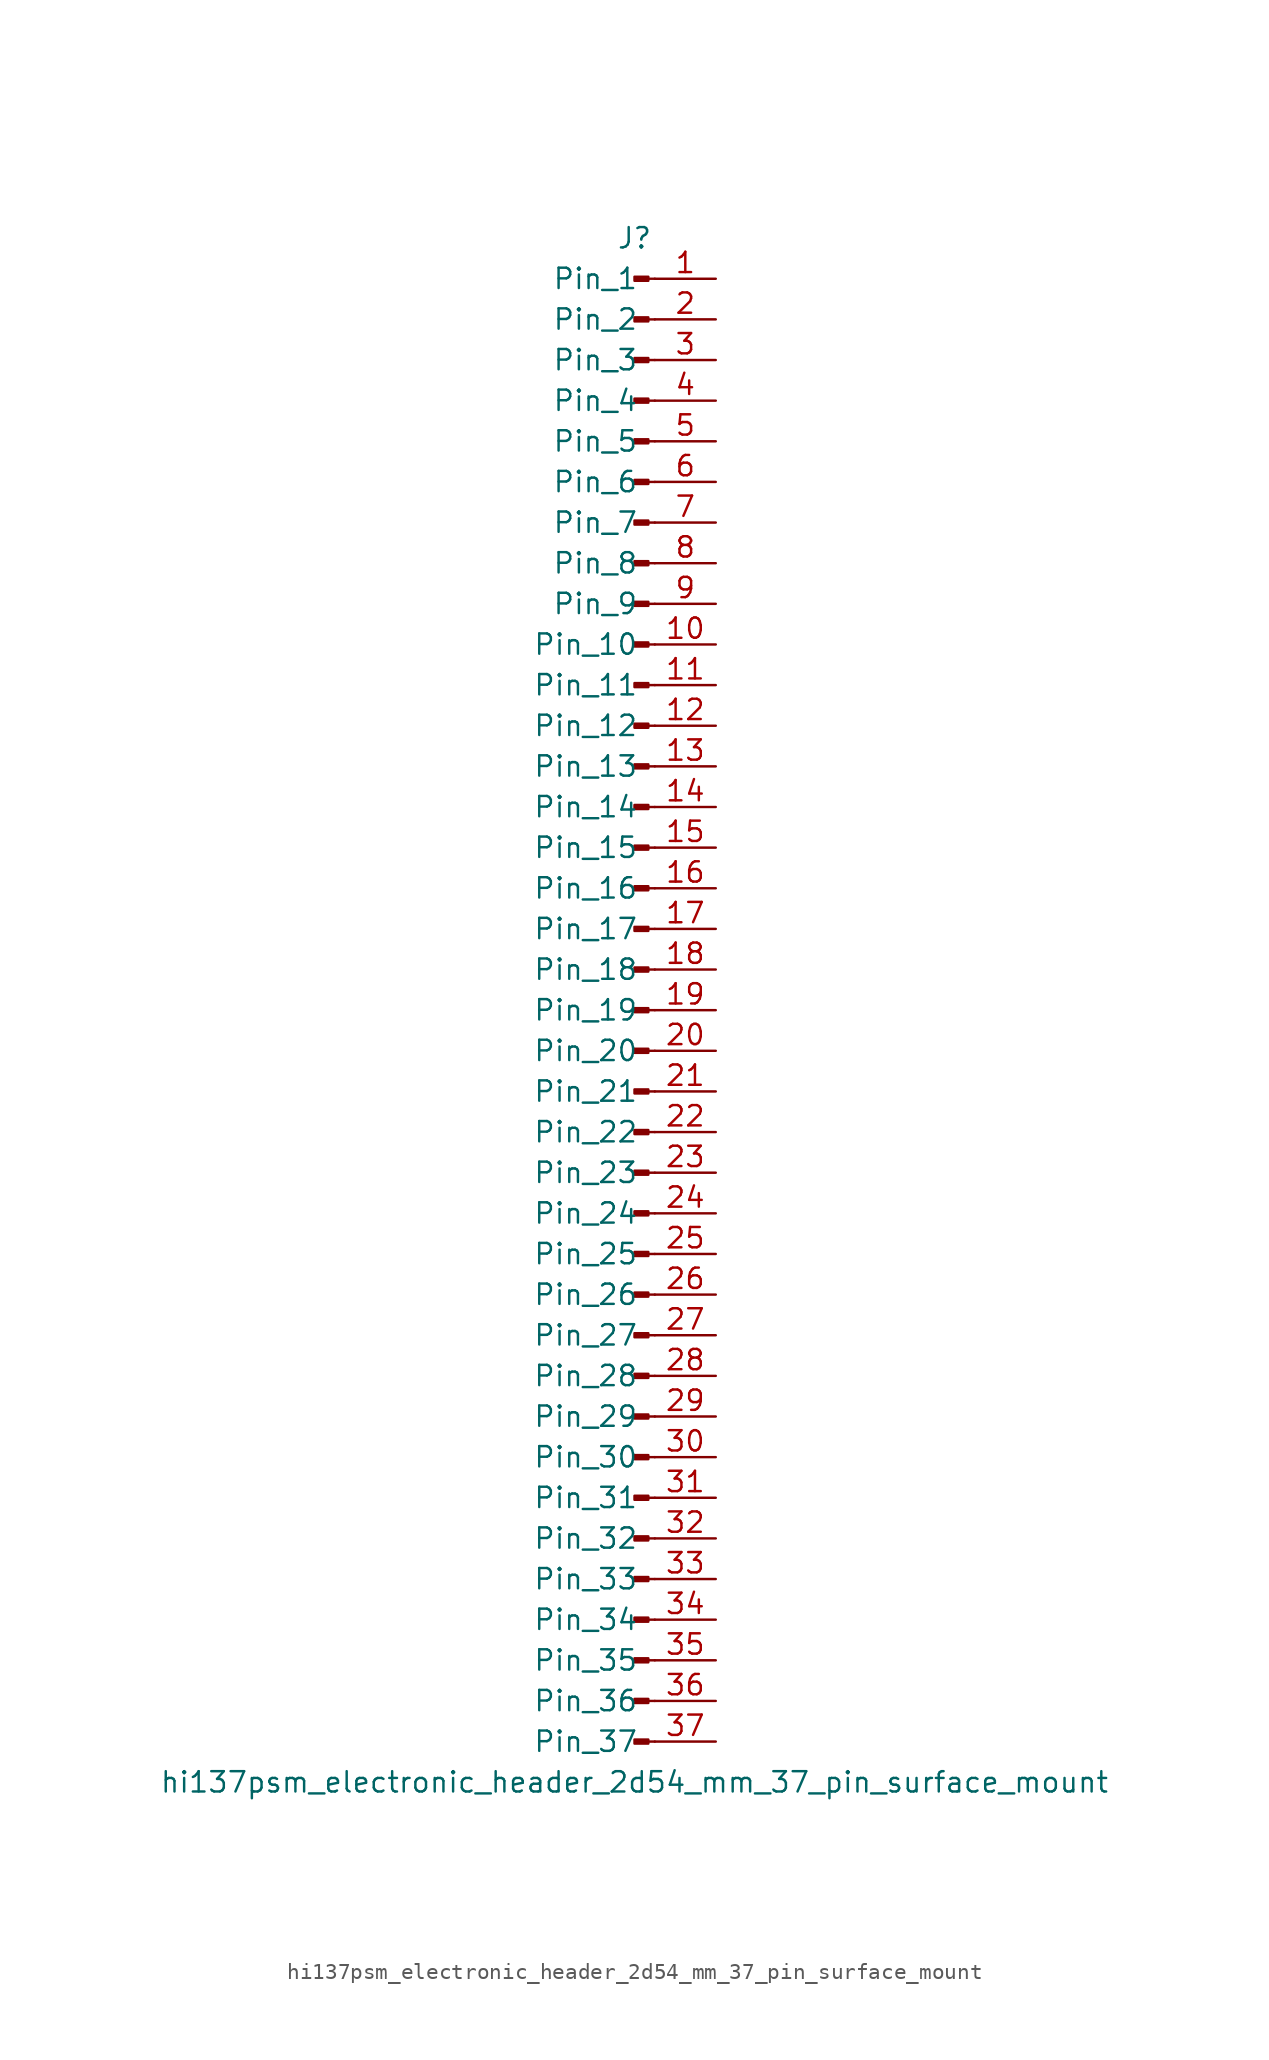
<source format=kicad_sym>
(kicad_symbol_lib
  (version 20220914)
  (generator kicad_symbol_editor)
  (symbol "hi137psm_electronic_header_2d54_mm_37_pin_surface_mount"
    (pin_names
      (offset 1.016))
    (property "Reference" "J"
      (at 0 48.26 0)
      (effects (font (size 1.27 1.27))))
    (property "Value" "hi137psm_electronic_header_2d54_mm_37_pin_surface_mount"
      (at 0 -48.26 0)
      (effects (font (size 1.27 1.27))))
    (property "ki_locked" ""
      (at 0 0 0)
      (effects (font (size 1.27 1.27))))
    (symbol "hi137psm_electronic_header_2d54_mm_37_pin_surface_mount_1_1"
      (polyline (pts (xy 1.27 -45.72) (xy 0.864 -45.72)) (stroke (width 0.152) (type default)) (fill (type none)))
      (polyline (pts (xy 1.27 -43.18) (xy 0.864 -43.18)) (stroke (width 0.152) (type default)) (fill (type none)))
      (polyline (pts (xy 1.27 -40.64) (xy 0.864 -40.64)) (stroke (width 0.152) (type default)) (fill (type none)))
      (polyline (pts (xy 1.27 -38.1) (xy 0.864 -38.1)) (stroke (width 0.152) (type default)) (fill (type none)))
      (polyline (pts (xy 1.27 -35.56) (xy 0.864 -35.56)) (stroke (width 0.152) (type default)) (fill (type none)))
      (polyline (pts (xy 1.27 -33.02) (xy 0.864 -33.02)) (stroke (width 0.152) (type default)) (fill (type none)))
      (polyline (pts (xy 1.27 -30.48) (xy 0.864 -30.48)) (stroke (width 0.152) (type default)) (fill (type none)))
      (polyline (pts (xy 1.27 -27.94) (xy 0.864 -27.94)) (stroke (width 0.152) (type default)) (fill (type none)))
      (polyline (pts (xy 1.27 -25.4) (xy 0.864 -25.4)) (stroke (width 0.152) (type default)) (fill (type none)))
      (polyline (pts (xy 1.27 -22.86) (xy 0.864 -22.86)) (stroke (width 0.152) (type default)) (fill (type none)))
      (polyline (pts (xy 1.27 -20.32) (xy 0.864 -20.32)) (stroke (width 0.152) (type default)) (fill (type none)))
      (polyline (pts (xy 1.27 -17.78) (xy 0.864 -17.78)) (stroke (width 0.152) (type default)) (fill (type none)))
      (polyline (pts (xy 1.27 -15.24) (xy 0.864 -15.24)) (stroke (width 0.152) (type default)) (fill (type none)))
      (polyline (pts (xy 1.27 -12.7) (xy 0.864 -12.7)) (stroke (width 0.152) (type default)) (fill (type none)))
      (polyline (pts (xy 1.27 -10.16) (xy 0.864 -10.16)) (stroke (width 0.152) (type default)) (fill (type none)))
      (polyline (pts (xy 1.27 -7.62) (xy 0.864 -7.62)) (stroke (width 0.152) (type default)) (fill (type none)))
      (polyline (pts (xy 1.27 -5.08) (xy 0.864 -5.08)) (stroke (width 0.152) (type default)) (fill (type none)))
      (polyline (pts (xy 1.27 -2.54) (xy 0.864 -2.54)) (stroke (width 0.152) (type default)) (fill (type none)))
      (polyline (pts (xy 1.27 0) (xy 0.864 0)) (stroke (width 0.152) (type default)) (fill (type none)))
      (polyline (pts (xy 1.27 2.54) (xy 0.864 2.54)) (stroke (width 0.152) (type default)) (fill (type none)))
      (polyline (pts (xy 1.27 5.08) (xy 0.864 5.08)) (stroke (width 0.152) (type default)) (fill (type none)))
      (polyline (pts (xy 1.27 7.62) (xy 0.864 7.62)) (stroke (width 0.152) (type default)) (fill (type none)))
      (polyline (pts (xy 1.27 10.16) (xy 0.864 10.16)) (stroke (width 0.152) (type default)) (fill (type none)))
      (polyline (pts (xy 1.27 12.7) (xy 0.864 12.7)) (stroke (width 0.152) (type default)) (fill (type none)))
      (polyline (pts (xy 1.27 15.24) (xy 0.864 15.24)) (stroke (width 0.152) (type default)) (fill (type none)))
      (polyline (pts (xy 1.27 17.78) (xy 0.864 17.78)) (stroke (width 0.152) (type default)) (fill (type none)))
      (polyline (pts (xy 1.27 20.32) (xy 0.864 20.32)) (stroke (width 0.152) (type default)) (fill (type none)))
      (polyline (pts (xy 1.27 22.86) (xy 0.864 22.86)) (stroke (width 0.152) (type default)) (fill (type none)))
      (polyline (pts (xy 1.27 25.4) (xy 0.864 25.4)) (stroke (width 0.152) (type default)) (fill (type none)))
      (polyline (pts (xy 1.27 27.94) (xy 0.864 27.94)) (stroke (width 0.152) (type default)) (fill (type none)))
      (polyline (pts (xy 1.27 30.48) (xy 0.864 30.48)) (stroke (width 0.152) (type default)) (fill (type none)))
      (polyline (pts (xy 1.27 33.02) (xy 0.864 33.02)) (stroke (width 0.152) (type default)) (fill (type none)))
      (polyline (pts (xy 1.27 35.56) (xy 0.864 35.56)) (stroke (width 0.152) (type default)) (fill (type none)))
      (polyline (pts (xy 1.27 38.1) (xy 0.864 38.1)) (stroke (width 0.152) (type default)) (fill (type none)))
      (polyline (pts (xy 1.27 40.64) (xy 0.864 40.64)) (stroke (width 0.152) (type default)) (fill (type none)))
      (polyline (pts (xy 1.27 43.18) (xy 0.864 43.18)) (stroke (width 0.152) (type default)) (fill (type none)))
      (polyline (pts (xy 1.27 45.72) (xy 0.864 45.72)) (stroke (width 0.152) (type default)) (fill (type none)))
      (rectangle (start 0.864 -45.593) (end 0 -45.847) (stroke (width 0.152) (type default)) (fill (type outline)))
      (rectangle (start 0.864 -43.053) (end 0 -43.307) (stroke (width 0.152) (type default)) (fill (type outline)))
      (rectangle (start 0.864 -40.513) (end 0 -40.767) (stroke (width 0.152) (type default)) (fill (type outline)))
      (rectangle (start 0.864 -37.973) (end 0 -38.227) (stroke (width 0.152) (type default)) (fill (type outline)))
      (rectangle (start 0.864 -35.433) (end 0 -35.687) (stroke (width 0.152) (type default)) (fill (type outline)))
      (rectangle (start 0.864 -32.893) (end 0 -33.147) (stroke (width 0.152) (type default)) (fill (type outline)))
      (rectangle (start 0.864 -30.353) (end 0 -30.607) (stroke (width 0.152) (type default)) (fill (type outline)))
      (rectangle (start 0.864 -27.813) (end 0 -28.067) (stroke (width 0.152) (type default)) (fill (type outline)))
      (rectangle (start 0.864 -25.273) (end 0 -25.527) (stroke (width 0.152) (type default)) (fill (type outline)))
      (rectangle (start 0.864 -22.733) (end 0 -22.987) (stroke (width 0.152) (type default)) (fill (type outline)))
      (rectangle (start 0.864 -20.193) (end 0 -20.447) (stroke (width 0.152) (type default)) (fill (type outline)))
      (rectangle (start 0.864 -17.653) (end 0 -17.907) (stroke (width 0.152) (type default)) (fill (type outline)))
      (rectangle (start 0.864 -15.113) (end 0 -15.367) (stroke (width 0.152) (type default)) (fill (type outline)))
      (rectangle (start 0.864 -12.573) (end 0 -12.827) (stroke (width 0.152) (type default)) (fill (type outline)))
      (rectangle (start 0.864 -10.033) (end 0 -10.287) (stroke (width 0.152) (type default)) (fill (type outline)))
      (rectangle (start 0.864 -7.493) (end 0 -7.747) (stroke (width 0.152) (type default)) (fill (type outline)))
      (rectangle (start 0.864 -4.953) (end 0 -5.207) (stroke (width 0.152) (type default)) (fill (type outline)))
      (rectangle (start 0.864 -2.413) (end 0 -2.667) (stroke (width 0.152) (type default)) (fill (type outline)))
      (rectangle (start 0.864 0.127) (end 0 -0.127) (stroke (width 0.152) (type default)) (fill (type outline)))
      (rectangle (start 0.864 2.667) (end 0 2.413) (stroke (width 0.152) (type default)) (fill (type outline)))
      (rectangle (start 0.864 5.207) (end 0 4.953) (stroke (width 0.152) (type default)) (fill (type outline)))
      (rectangle (start 0.864 7.747) (end 0 7.493) (stroke (width 0.152) (type default)) (fill (type outline)))
      (rectangle (start 0.864 10.287) (end 0 10.033) (stroke (width 0.152) (type default)) (fill (type outline)))
      (rectangle (start 0.864 12.827) (end 0 12.573) (stroke (width 0.152) (type default)) (fill (type outline)))
      (rectangle (start 0.864 15.367) (end 0 15.113) (stroke (width 0.152) (type default)) (fill (type outline)))
      (rectangle (start 0.864 17.907) (end 0 17.653) (stroke (width 0.152) (type default)) (fill (type outline)))
      (rectangle (start 0.864 20.447) (end 0 20.193) (stroke (width 0.152) (type default)) (fill (type outline)))
      (rectangle (start 0.864 22.987) (end 0 22.733) (stroke (width 0.152) (type default)) (fill (type outline)))
      (rectangle (start 0.864 25.527) (end 0 25.273) (stroke (width 0.152) (type default)) (fill (type outline)))
      (rectangle (start 0.864 28.067) (end 0 27.813) (stroke (width 0.152) (type default)) (fill (type outline)))
      (rectangle (start 0.864 30.607) (end 0 30.353) (stroke (width 0.152) (type default)) (fill (type outline)))
      (rectangle (start 0.864 33.147) (end 0 32.893) (stroke (width 0.152) (type default)) (fill (type outline)))
      (rectangle (start 0.864 35.687) (end 0 35.433) (stroke (width 0.152) (type default)) (fill (type outline)))
      (rectangle (start 0.864 38.227) (end 0 37.973) (stroke (width 0.152) (type default)) (fill (type outline)))
      (rectangle (start 0.864 40.767) (end 0 40.513) (stroke (width 0.152) (type default)) (fill (type outline)))
      (rectangle (start 0.864 43.307) (end 0 43.053) (stroke (width 0.152) (type default)) (fill (type outline)))
      (rectangle (start 0.864 45.847) (end 0 45.593) (stroke (width 0.152) (type default)) (fill (type outline)))
      (pin passive line (at 5.08 45.72 180) (length 3.81) (name "Pin_1" (effects (font (size 1.27 1.27)))) (number "1" (effects (font (size 1.27 1.27)))))
      (pin passive line (at 5.08 22.86 180) (length 3.81) (name "Pin_10" (effects (font (size 1.27 1.27)))) (number "10" (effects (font (size 1.27 1.27)))))
      (pin passive line (at 5.08 20.32 180) (length 3.81) (name "Pin_11" (effects (font (size 1.27 1.27)))) (number "11" (effects (font (size 1.27 1.27)))))
      (pin passive line (at 5.08 17.78 180) (length 3.81) (name "Pin_12" (effects (font (size 1.27 1.27)))) (number "12" (effects (font (size 1.27 1.27)))))
      (pin passive line (at 5.08 15.24 180) (length 3.81) (name "Pin_13" (effects (font (size 1.27 1.27)))) (number "13" (effects (font (size 1.27 1.27)))))
      (pin passive line (at 5.08 12.7 180) (length 3.81) (name "Pin_14" (effects (font (size 1.27 1.27)))) (number "14" (effects (font (size 1.27 1.27)))))
      (pin passive line (at 5.08 10.16 180) (length 3.81) (name "Pin_15" (effects (font (size 1.27 1.27)))) (number "15" (effects (font (size 1.27 1.27)))))
      (pin passive line (at 5.08 7.62 180) (length 3.81) (name "Pin_16" (effects (font (size 1.27 1.27)))) (number "16" (effects (font (size 1.27 1.27)))))
      (pin passive line (at 5.08 5.08 180) (length 3.81) (name "Pin_17" (effects (font (size 1.27 1.27)))) (number "17" (effects (font (size 1.27 1.27)))))
      (pin passive line (at 5.08 2.54 180) (length 3.81) (name "Pin_18" (effects (font (size 1.27 1.27)))) (number "18" (effects (font (size 1.27 1.27)))))
      (pin passive line (at 5.08 0 180) (length 3.81) (name "Pin_19" (effects (font (size 1.27 1.27)))) (number "19" (effects (font (size 1.27 1.27)))))
      (pin passive line (at 5.08 43.18 180) (length 3.81) (name "Pin_2" (effects (font (size 1.27 1.27)))) (number "2" (effects (font (size 1.27 1.27)))))
      (pin passive line (at 5.08 -2.54 180) (length 3.81) (name "Pin_20" (effects (font (size 1.27 1.27)))) (number "20" (effects (font (size 1.27 1.27)))))
      (pin passive line (at 5.08 -5.08 180) (length 3.81) (name "Pin_21" (effects (font (size 1.27 1.27)))) (number "21" (effects (font (size 1.27 1.27)))))
      (pin passive line (at 5.08 -7.62 180) (length 3.81) (name "Pin_22" (effects (font (size 1.27 1.27)))) (number "22" (effects (font (size 1.27 1.27)))))
      (pin passive line (at 5.08 -10.16 180) (length 3.81) (name "Pin_23" (effects (font (size 1.27 1.27)))) (number "23" (effects (font (size 1.27 1.27)))))
      (pin passive line (at 5.08 -12.7 180) (length 3.81) (name "Pin_24" (effects (font (size 1.27 1.27)))) (number "24" (effects (font (size 1.27 1.27)))))
      (pin passive line (at 5.08 -15.24 180) (length 3.81) (name "Pin_25" (effects (font (size 1.27 1.27)))) (number "25" (effects (font (size 1.27 1.27)))))
      (pin passive line (at 5.08 -17.78 180) (length 3.81) (name "Pin_26" (effects (font (size 1.27 1.27)))) (number "26" (effects (font (size 1.27 1.27)))))
      (pin passive line (at 5.08 -20.32 180) (length 3.81) (name "Pin_27" (effects (font (size 1.27 1.27)))) (number "27" (effects (font (size 1.27 1.27)))))
      (pin passive line (at 5.08 -22.86 180) (length 3.81) (name "Pin_28" (effects (font (size 1.27 1.27)))) (number "28" (effects (font (size 1.27 1.27)))))
      (pin passive line (at 5.08 -25.4 180) (length 3.81) (name "Pin_29" (effects (font (size 1.27 1.27)))) (number "29" (effects (font (size 1.27 1.27)))))
      (pin passive line (at 5.08 40.64 180) (length 3.81) (name "Pin_3" (effects (font (size 1.27 1.27)))) (number "3" (effects (font (size 1.27 1.27)))))
      (pin passive line (at 5.08 -27.94 180) (length 3.81) (name "Pin_30" (effects (font (size 1.27 1.27)))) (number "30" (effects (font (size 1.27 1.27)))))
      (pin passive line (at 5.08 -30.48 180) (length 3.81) (name "Pin_31" (effects (font (size 1.27 1.27)))) (number "31" (effects (font (size 1.27 1.27)))))
      (pin passive line (at 5.08 -33.02 180) (length 3.81) (name "Pin_32" (effects (font (size 1.27 1.27)))) (number "32" (effects (font (size 1.27 1.27)))))
      (pin passive line (at 5.08 -35.56 180) (length 3.81) (name "Pin_33" (effects (font (size 1.27 1.27)))) (number "33" (effects (font (size 1.27 1.27)))))
      (pin passive line (at 5.08 -38.1 180) (length 3.81) (name "Pin_34" (effects (font (size 1.27 1.27)))) (number "34" (effects (font (size 1.27 1.27)))))
      (pin passive line (at 5.08 -40.64 180) (length 3.81) (name "Pin_35" (effects (font (size 1.27 1.27)))) (number "35" (effects (font (size 1.27 1.27)))))
      (pin passive line (at 5.08 -43.18 180) (length 3.81) (name "Pin_36" (effects (font (size 1.27 1.27)))) (number "36" (effects (font (size 1.27 1.27)))))
      (pin passive line (at 5.08 -45.72 180) (length 3.81) (name "Pin_37" (effects (font (size 1.27 1.27)))) (number "37" (effects (font (size 1.27 1.27)))))
      (pin passive line (at 5.08 38.1 180) (length 3.81) (name "Pin_4" (effects (font (size 1.27 1.27)))) (number "4" (effects (font (size 1.27 1.27)))))
      (pin passive line (at 5.08 35.56 180) (length 3.81) (name "Pin_5" (effects (font (size 1.27 1.27)))) (number "5" (effects (font (size 1.27 1.27)))))
      (pin passive line (at 5.08 33.02 180) (length 3.81) (name "Pin_6" (effects (font (size 1.27 1.27)))) (number "6" (effects (font (size 1.27 1.27)))))
      (pin passive line (at 5.08 30.48 180) (length 3.81) (name "Pin_7" (effects (font (size 1.27 1.27)))) (number "7" (effects (font (size 1.27 1.27)))))
      (pin passive line (at 5.08 27.94 180) (length 3.81) (name "Pin_8" (effects (font (size 1.27 1.27)))) (number "8" (effects (font (size 1.27 1.27)))))
      (pin passive line (at 5.08 25.4 180) (length 3.81) (name "Pin_9" (effects (font (size 1.27 1.27)))) (number "9" (effects (font (size 1.27 1.27))))))))
</source>
